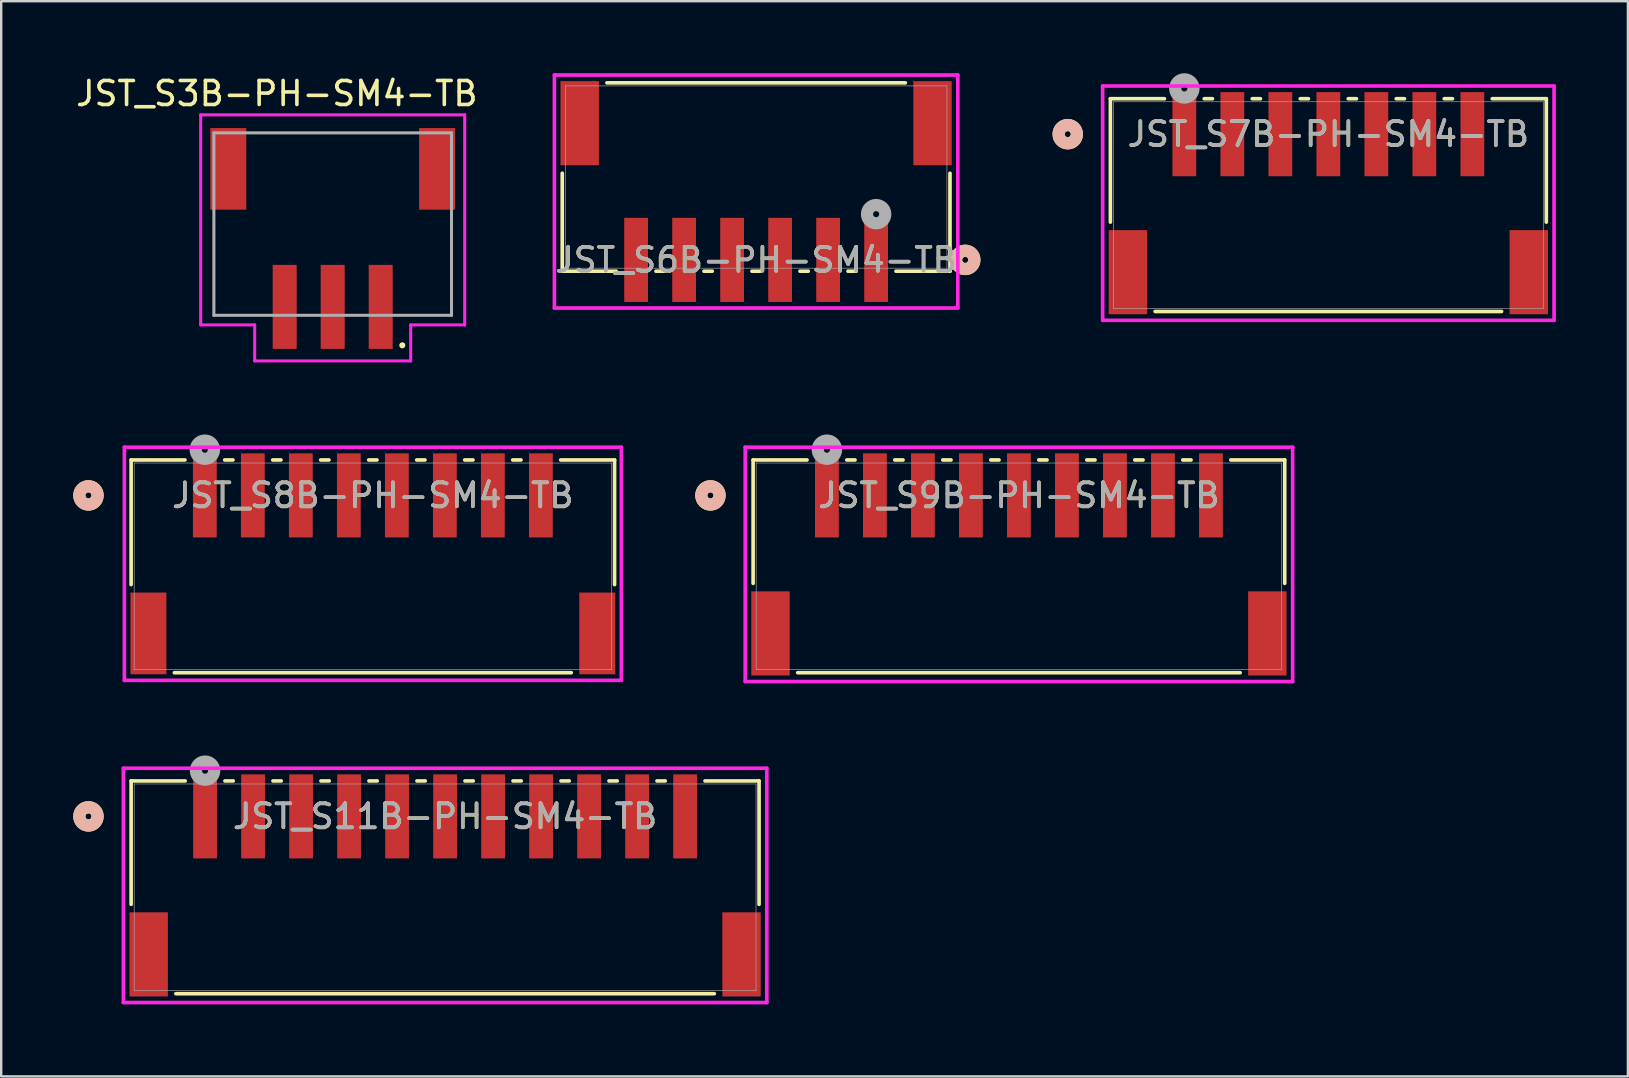
<source format=kicad_pcb>
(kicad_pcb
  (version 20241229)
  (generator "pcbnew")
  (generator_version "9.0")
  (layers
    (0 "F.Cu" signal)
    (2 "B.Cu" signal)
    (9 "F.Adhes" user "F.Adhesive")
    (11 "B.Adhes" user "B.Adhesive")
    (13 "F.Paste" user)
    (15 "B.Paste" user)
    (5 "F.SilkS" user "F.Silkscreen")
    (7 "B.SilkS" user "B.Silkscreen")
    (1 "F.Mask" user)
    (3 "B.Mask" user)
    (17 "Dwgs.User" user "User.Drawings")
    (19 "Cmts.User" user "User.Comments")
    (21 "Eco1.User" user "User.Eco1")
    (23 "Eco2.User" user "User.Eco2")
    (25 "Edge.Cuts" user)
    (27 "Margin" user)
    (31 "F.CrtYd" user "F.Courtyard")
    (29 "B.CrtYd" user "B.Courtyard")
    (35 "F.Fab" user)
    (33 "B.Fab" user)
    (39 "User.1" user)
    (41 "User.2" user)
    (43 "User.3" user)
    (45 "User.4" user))
  (footprint "JST_S6B-PH-SM4-TB"
    (layer "F.Cu")
    (at 28.452 4.325)
    (property "Reference" "JST_S6B-PH-SM4-TB" (at 0 3.453 0) (unlocked yes) (layer "F.SilkS") (effects (font (size 1 1) (thickness 0.15))))
    (attr smd)
    (fp_line (start -8.077 -0.157) (end -8.077 3.924) (stroke (width 0.152) (type solid)) (layer "F.SilkS"))
    (fp_line (start -8.077 3.924) (end -5.828 3.924) (stroke (width 0.152) (type solid)) (layer "F.SilkS"))
    (fp_line (start -4.172 3.924) (end -3.828 3.924) (stroke (width 0.152) (type solid)) (layer "F.SilkS"))
    (fp_line (start -2.172 3.924) (end -1.828 3.924) (stroke (width 0.152) (type solid)) (layer "F.SilkS"))
    (fp_line (start -0.172 3.924) (end 0.172 3.924) (stroke (width 0.152) (type solid)) (layer "F.SilkS"))
    (fp_line (start 1.828 3.924) (end 2.172 3.924) (stroke (width 0.152) (type solid)) (layer "F.SilkS"))
    (fp_line (start 3.828 3.924) (end 4.172 3.924) (stroke (width 0.152) (type solid)) (layer "F.SilkS"))
    (fp_line (start 5.828 3.924) (end 8.077 3.924) (stroke (width 0.152) (type solid)) (layer "F.SilkS"))
    (fp_line (start 6.217 -3.924) (end -6.217 -3.924) (stroke (width 0.152) (type solid)) (layer "F.SilkS"))
    (fp_line (start 8.077 3.924) (end 8.077 -0.157) (stroke (width 0.152) (type solid)) (layer "F.SilkS"))
    (fp_circle (center 8.712 3.453) (end 9.093 3.453) (stroke (width 0.508) (type solid)) (fill no) (layer "F.SilkS"))
    (fp_circle (center 8.712 3.453) (end 9.093 3.453) (stroke (width 0.508) (type solid)) (fill no) (layer "B.SilkS"))
    (fp_line (start -8.404 -4.249) (end -8.404 5.459) (stroke (width 0.152) (type solid)) (layer "F.CrtYd"))
    (fp_line (start -8.404 5.459) (end 8.404 5.459) (stroke (width 0.152) (type solid)) (layer "F.CrtYd"))
    (fp_line (start 8.404 -4.249) (end -8.404 -4.249) (stroke (width 0.152) (type solid)) (layer "F.CrtYd"))
    (fp_line (start 8.404 5.459) (end 8.404 -4.249) (stroke (width 0.152) (type solid)) (layer "F.CrtYd"))
    (fp_line (start -7.95 -3.797) (end -7.95 3.797) (stroke (width 0.025) (type solid)) (layer "F.Fab"))
    (fp_line (start -7.95 3.797) (end 7.95 3.797) (stroke (width 0.025) (type solid)) (layer "F.Fab"))
    (fp_line (start 7.95 -3.797) (end -7.95 -3.797) (stroke (width 0.025) (type solid)) (layer "F.Fab"))
    (fp_line (start 7.95 3.797) (end 7.95 -3.797) (stroke (width 0.025) (type solid)) (layer "F.Fab"))
    (fp_circle (center 5 1.548) (end 5.381 1.548) (stroke (width 0.508) (type solid)) (fill no) (layer "F.Fab"))
    (fp_text user "${REFERENCE}" (at 0 3.453 0) (unlocked yes) (layer "F.Fab") (effects (font (size 1 1) (thickness 0.15))))
    (pad "1" smd rect (at 5 3.453) (size 0.991 3.505) (layers "F.Cu" "F.Mask" "F.Paste"))
    (pad "2" smd rect (at 3 3.453) (size 0.991 3.505) (layers "F.Cu" "F.Mask" "F.Paste"))
    (pad "3" smd rect (at 1 3.453) (size 0.991 3.505) (layers "F.Cu" "F.Mask" "F.Paste"))
    (pad "4" smd rect (at -1 3.453) (size 0.991 3.505) (layers "F.Cu" "F.Mask" "F.Paste"))
    (pad "5" smd rect (at -3 3.453) (size 0.991 3.505) (layers "F.Cu" "F.Mask" "F.Paste"))
    (pad "6" smd rect (at -5 3.453) (size 0.991 3.505) (layers "F.Cu" "F.Mask" "F.Paste"))
    (pad "7" smd rect (at -7.35 -2.242) (size 1.6 3.505) (layers "F.Cu" "F.Mask" "F.Paste"))
    (pad "8" smd rect (at 7.35 -2.242) (size 1.6 3.505) (layers "F.Cu" "F.Mask" "F.Paste")))
  (footprint "JST_S7B-PH-SM4-TB"
    (layer "F.Cu")
    (at 52.293 5.495)
    (property "Reference" "JST_S7B-PH-SM4-TB" (at 0 -2.955 0) (unlocked yes) (layer "F.SilkS") (effects (font (size 1 1) (thickness 0.15))))
    (attr smd)
    (fp_line (start -9.081 -4.432) (end -9.081 0.709) (stroke (width 0.152) (type solid)) (layer "F.SilkS"))
    (fp_line (start -7.217 4.432) (end 7.217 4.432) (stroke (width 0.152) (type solid)) (layer "F.SilkS"))
    (fp_line (start -6.828 -4.432) (end -9.081 -4.432) (stroke (width 0.152) (type solid)) (layer "F.SilkS"))
    (fp_line (start -4.828 -4.432) (end -5.172 -4.432) (stroke (width 0.152) (type solid)) (layer "F.SilkS"))
    (fp_line (start -2.828 -4.432) (end -3.172 -4.432) (stroke (width 0.152) (type solid)) (layer "F.SilkS"))
    (fp_line (start -0.828 -4.432) (end -1.172 -4.432) (stroke (width 0.152) (type solid)) (layer "F.SilkS"))
    (fp_line (start 1.172 -4.432) (end 0.828 -4.432) (stroke (width 0.152) (type solid)) (layer "F.SilkS"))
    (fp_line (start 3.172 -4.432) (end 2.828 -4.432) (stroke (width 0.152) (type solid)) (layer "F.SilkS"))
    (fp_line (start 5.172 -4.432) (end 4.828 -4.432) (stroke (width 0.152) (type solid)) (layer "F.SilkS"))
    (fp_line (start 9.081 -4.432) (end 6.828 -4.432) (stroke (width 0.152) (type solid)) (layer "F.SilkS"))
    (fp_line (start 9.081 0.709) (end 9.081 -4.432) (stroke (width 0.152) (type solid)) (layer "F.SilkS"))
    (fp_circle (center -10.858 -2.955) (end -10.477 -2.955) (stroke (width 0.508) (type solid)) (fill no) (layer "F.SilkS"))
    (fp_circle (center -10.858 -2.955) (end -10.477 -2.955) (stroke (width 0.508) (type solid)) (fill no) (layer "B.SilkS"))
    (fp_line (start -9.404 -4.962) (end -9.404 4.801) (stroke (width 0.152) (type solid)) (layer "F.CrtYd"))
    (fp_line (start -9.404 4.801) (end 9.404 4.801) (stroke (width 0.152) (type solid)) (layer "F.CrtYd"))
    (fp_line (start 9.404 -4.962) (end -9.404 -4.962) (stroke (width 0.152) (type solid)) (layer "F.CrtYd"))
    (fp_line (start 9.404 4.801) (end 9.404 -4.962) (stroke (width 0.152) (type solid)) (layer "F.CrtYd"))
    (fp_line (start -8.954 -4.305) (end -8.954 4.305) (stroke (width 0.025) (type solid)) (layer "F.Fab"))
    (fp_line (start -8.954 4.305) (end 8.954 4.305) (stroke (width 0.025) (type solid)) (layer "F.Fab"))
    (fp_line (start 8.954 -4.305) (end -8.954 -4.305) (stroke (width 0.025) (type solid)) (layer "F.Fab"))
    (fp_line (start 8.954 4.305) (end 8.954 -4.305) (stroke (width 0.025) (type solid)) (layer "F.Fab"))
    (fp_circle (center -6 -4.86) (end -5.619 -4.86) (stroke (width 0.508) (type solid)) (fill no) (layer "F.Fab"))
    (fp_text user "${REFERENCE}" (at 0 -2.955 0) (unlocked yes) (layer "F.Fab") (effects (font (size 1 1) (thickness 0.15))))
    (pad "1" smd rect (at -6 -2.955) (size 0.991 3.505) (layers "F.Cu" "F.Mask" "F.Paste"))
    (pad "2" smd rect (at -4 -2.955) (size 0.991 3.505) (layers "F.Cu" "F.Mask" "F.Paste"))
    (pad "3" smd rect (at -2 -2.955) (size 0.991 3.505) (layers "F.Cu" "F.Mask" "F.Paste"))
    (pad "4" smd rect (at 0 -2.955) (size 0.991 3.505) (layers "F.Cu" "F.Mask" "F.Paste"))
    (pad "5" smd rect (at 2 -2.955) (size 0.991 3.505) (layers "F.Cu" "F.Mask" "F.Paste"))
    (pad "6" smd rect (at 4 -2.955) (size 0.991 3.505) (layers "F.Cu" "F.Mask" "F.Paste"))
    (pad "7" smd rect (at 6 -2.955) (size 0.991 3.505) (layers "F.Cu" "F.Mask" "F.Paste"))
    (pad "8" smd rect (at -8.35 2.795) (size 1.6 3.505) (layers "F.Cu" "F.Mask" "F.Paste"))
    (pad "9" smd rect (at 8.35 2.795) (size 1.6 3.505) (layers "F.Cu" "F.Mask" "F.Paste")))
  (footprint "JST_S3B-PH-SM4-TB"
    (layer "F.Cu")
    (at 10.811 9.736)
    (property "Reference" "JST_S3B-PH-SM4-TB" (at -2.326 -8.888 0) (layer "F.SilkS") (effects (font (size 1 1) (thickness 0.15))))
    (attr smd)
    (fp_circle (center 2.9 1.6) (end 3.027 1.6) (stroke (width 0) (type solid)) (fill yes) (layer "F.SilkS"))
    (fp_line (start -5.5 -8) (end 5.5 -8) (stroke (width 0.127) (type solid)) (layer "F.CrtYd"))
    (fp_line (start -5.5 0.75) (end -5.5 -8) (stroke (width 0.127) (type solid)) (layer "F.CrtYd"))
    (fp_line (start -3.25 0.75) (end -5.5 0.75) (stroke (width 0.127) (type solid)) (layer "F.CrtYd"))
    (fp_line (start -3.25 2.25) (end -3.25 0.75) (stroke (width 0.127) (type solid)) (layer "F.CrtYd"))
    (fp_line (start 3.25 0.75) (end 3.25 2.25) (stroke (width 0.127) (type solid)) (layer "F.CrtYd"))
    (fp_line (start 3.25 2.25) (end -3.25 2.25) (stroke (width 0.127) (type solid)) (layer "F.CrtYd"))
    (fp_line (start 5.5 -8) (end 5.5 0.75) (stroke (width 0.127) (type solid)) (layer "F.CrtYd"))
    (fp_line (start 5.5 0.75) (end 3.25 0.75) (stroke (width 0.127) (type solid)) (layer "F.CrtYd"))
    (fp_line (start -4.95 -7.25) (end -4.95 0.35) (stroke (width 0.127) (type solid)) (layer "F.Fab"))
    (fp_line (start -4.95 0.35) (end 4.95 0.35) (stroke (width 0.127) (type solid)) (layer "F.Fab"))
    (fp_line (start 4.95 -7.25) (end -4.95 -7.25) (stroke (width 0.127) (type solid)) (layer "F.Fab"))
    (fp_line (start 4.95 0.35) (end 4.95 -7.25) (stroke (width 0.127) (type solid)) (layer "F.Fab"))
    (pad "1" smd rect (at 2 0) (size 1 3.5) (layers "F.Cu" "F.Mask" "F.Paste"))
    (pad "2" smd rect (at 0 0) (size 1 3.5) (layers "F.Cu" "F.Mask" "F.Paste"))
    (pad "3" smd rect (at -2 0) (size 1 3.5) (layers "F.Cu" "F.Mask" "F.Paste"))
    (pad "P1" smd rect (at 4.35 -5.75) (size 1.5 3.4) (layers "F.Cu" "F.Mask" "F.Paste"))
    (pad "P2" smd rect (at -4.35 -5.75) (size 1.5 3.4) (layers "F.Cu" "F.Mask" "F.Paste")))
  (footprint "JST_S9B-PH-SM4-TB"
    (layer "F.Cu")
    (at 39.401 20.545)
    (property "Reference" "JST_S9B-PH-SM4-TB" (at 0 -2.955 0) (unlocked yes) (layer "F.SilkS") (effects (font (size 1 1) (thickness 0.15))))
    (attr smd)
    (fp_line (start -11.074 -4.432) (end -11.074 0.709) (stroke (width 0.152) (type solid)) (layer "F.SilkS"))
    (fp_line (start -9.217 4.432) (end 9.217 4.432) (stroke (width 0.152) (type solid)) (layer "F.SilkS"))
    (fp_line (start -8.828 -4.432) (end -11.074 -4.432) (stroke (width 0.152) (type solid)) (layer "F.SilkS"))
    (fp_line (start -6.828 -4.432) (end -7.172 -4.432) (stroke (width 0.152) (type solid)) (layer "F.SilkS"))
    (fp_line (start -4.828 -4.432) (end -5.172 -4.432) (stroke (width 0.152) (type solid)) (layer "F.SilkS"))
    (fp_line (start -2.828 -4.432) (end -3.172 -4.432) (stroke (width 0.152) (type solid)) (layer "F.SilkS"))
    (fp_line (start -0.828 -4.432) (end -1.172 -4.432) (stroke (width 0.152) (type solid)) (layer "F.SilkS"))
    (fp_line (start 1.172 -4.432) (end 0.828 -4.432) (stroke (width 0.152) (type solid)) (layer "F.SilkS"))
    (fp_line (start 3.172 -4.432) (end 2.828 -4.432) (stroke (width 0.152) (type solid)) (layer "F.SilkS"))
    (fp_line (start 5.172 -4.432) (end 4.828 -4.432) (stroke (width 0.152) (type solid)) (layer "F.SilkS"))
    (fp_line (start 7.172 -4.432) (end 6.828 -4.432) (stroke (width 0.152) (type solid)) (layer "F.SilkS"))
    (fp_line (start 11.074 -4.432) (end 8.828 -4.432) (stroke (width 0.152) (type solid)) (layer "F.SilkS"))
    (fp_line (start 11.074 0.709) (end 11.074 -4.432) (stroke (width 0.152) (type solid)) (layer "F.SilkS"))
    (fp_circle (center -12.852 -2.955) (end -12.471 -2.955) (stroke (width 0.508) (type solid)) (fill no) (layer "F.SilkS"))
    (fp_circle (center -12.852 -2.955) (end -12.471 -2.955) (stroke (width 0.508) (type solid)) (fill no) (layer "B.SilkS"))
    (fp_line (start -11.404 -4.962) (end -11.404 4.801) (stroke (width 0.152) (type solid)) (layer "F.CrtYd"))
    (fp_line (start -11.404 4.801) (end 11.404 4.801) (stroke (width 0.152) (type solid)) (layer "F.CrtYd"))
    (fp_line (start 11.404 -4.962) (end -11.404 -4.962) (stroke (width 0.152) (type solid)) (layer "F.CrtYd"))
    (fp_line (start 11.404 4.801) (end 11.404 -4.962) (stroke (width 0.152) (type solid)) (layer "F.CrtYd"))
    (fp_line (start -10.947 -4.305) (end -10.947 4.305) (stroke (width 0.025) (type solid)) (layer "F.Fab"))
    (fp_line (start -10.947 4.305) (end 10.947 4.305) (stroke (width 0.025) (type solid)) (layer "F.Fab"))
    (fp_line (start 10.947 -4.305) (end -10.947 -4.305) (stroke (width 0.025) (type solid)) (layer "F.Fab"))
    (fp_line (start 10.947 4.305) (end 10.947 -4.305) (stroke (width 0.025) (type solid)) (layer "F.Fab"))
    (fp_circle (center -8 -4.86) (end -7.619 -4.86) (stroke (width 0.508) (type solid)) (fill no) (layer "F.Fab"))
    (fp_text user "${REFERENCE}" (at 0 -2.955 0) (unlocked yes) (layer "F.Fab") (effects (font (size 1 1) (thickness 0.15))))
    (pad "1" smd rect (at -8 -2.955) (size 0.991 3.505) (layers "F.Cu" "F.Mask" "F.Paste"))
    (pad "2" smd rect (at -6 -2.955) (size 0.991 3.505) (layers "F.Cu" "F.Mask" "F.Paste"))
    (pad "3" smd rect (at -4 -2.955) (size 0.991 3.505) (layers "F.Cu" "F.Mask" "F.Paste"))
    (pad "4" smd rect (at -2 -2.955) (size 0.991 3.505) (layers "F.Cu" "F.Mask" "F.Paste"))
    (pad "5" smd rect (at 0 -2.955) (size 0.991 3.505) (layers "F.Cu" "F.Mask" "F.Paste"))
    (pad "6" smd rect (at 2 -2.955) (size 0.991 3.505) (layers "F.Cu" "F.Mask" "F.Paste"))
    (pad "7" smd rect (at 4 -2.955) (size 0.991 3.505) (layers "F.Cu" "F.Mask" "F.Paste"))
    (pad "8" smd rect (at 6 -2.955) (size 0.991 3.505) (layers "F.Cu" "F.Mask" "F.Paste"))
    (pad "9" smd rect (at 8 -2.955) (size 0.991 3.505) (layers "F.Cu" "F.Mask" "F.Paste"))
    (pad "10" smd rect (at -10.35 2.795) (size 1.6 3.505) (layers "F.Cu" "F.Mask" "F.Paste"))
    (pad "11" smd rect (at 10.35 2.795) (size 1.6 3.505) (layers "F.Cu" "F.Mask" "F.Paste")))
  (footprint "JST_S11B-PH-SM4-TB"
    (layer "F.Cu")
    (at 15.494 33.918)
    (property "Reference" "JST_S11B-PH-SM4-TB" (at 0 -2.955 0) (unlocked yes) (layer "F.SilkS") (effects (font (size 1 1) (thickness 0.15))))
    (attr smd)
    (fp_line (start -13.081 -4.432) (end -13.081 0.709) (stroke (width 0.152) (type solid)) (layer "F.SilkS"))
    (fp_line (start -11.217 4.432) (end 11.217 4.432) (stroke (width 0.152) (type solid)) (layer "F.SilkS"))
    (fp_line (start -10.828 -4.432) (end -13.081 -4.432) (stroke (width 0.152) (type solid)) (layer "F.SilkS"))
    (fp_line (start -8.828 -4.432) (end -9.172 -4.432) (stroke (width 0.152) (type solid)) (layer "F.SilkS"))
    (fp_line (start -6.828 -4.432) (end -7.172 -4.432) (stroke (width 0.152) (type solid)) (layer "F.SilkS"))
    (fp_line (start -4.828 -4.432) (end -5.172 -4.432) (stroke (width 0.152) (type solid)) (layer "F.SilkS"))
    (fp_line (start -2.828 -4.432) (end -3.172 -4.432) (stroke (width 0.152) (type solid)) (layer "F.SilkS"))
    (fp_line (start -0.828 -4.432) (end -1.172 -4.432) (stroke (width 0.152) (type solid)) (layer "F.SilkS"))
    (fp_line (start 1.172 -4.432) (end 0.828 -4.432) (stroke (width 0.152) (type solid)) (layer "F.SilkS"))
    (fp_line (start 3.172 -4.432) (end 2.828 -4.432) (stroke (width 0.152) (type solid)) (layer "F.SilkS"))
    (fp_line (start 5.172 -4.432) (end 4.828 -4.432) (stroke (width 0.152) (type solid)) (layer "F.SilkS"))
    (fp_line (start 7.172 -4.432) (end 6.828 -4.432) (stroke (width 0.152) (type solid)) (layer "F.SilkS"))
    (fp_line (start 9.172 -4.432) (end 8.828 -4.432) (stroke (width 0.152) (type solid)) (layer "F.SilkS"))
    (fp_line (start 13.081 -4.432) (end 10.828 -4.432) (stroke (width 0.152) (type solid)) (layer "F.SilkS"))
    (fp_line (start 13.081 0.709) (end 13.081 -4.432) (stroke (width 0.152) (type solid)) (layer "F.SilkS"))
    (fp_circle (center -14.859 -2.955) (end -14.478 -2.955) (stroke (width 0.508) (type solid)) (fill no) (layer "F.SilkS"))
    (fp_circle (center -14.859 -2.955) (end -14.478 -2.955) (stroke (width 0.508) (type solid)) (fill no) (layer "B.SilkS"))
    (fp_line (start -13.404 -4.962) (end -13.404 4.801) (stroke (width 0.152) (type solid)) (layer "F.CrtYd"))
    (fp_line (start -13.404 4.801) (end 13.404 4.801) (stroke (width 0.152) (type solid)) (layer "F.CrtYd"))
    (fp_line (start 13.404 -4.962) (end -13.404 -4.962) (stroke (width 0.152) (type solid)) (layer "F.CrtYd"))
    (fp_line (start 13.404 4.801) (end 13.404 -4.962) (stroke (width 0.152) (type solid)) (layer "F.CrtYd"))
    (fp_line (start -12.954 -4.305) (end -12.954 4.305) (stroke (width 0.025) (type solid)) (layer "F.Fab"))
    (fp_line (start -12.954 4.305) (end 12.954 4.305) (stroke (width 0.025) (type solid)) (layer "F.Fab"))
    (fp_line (start 12.954 -4.305) (end -12.954 -4.305) (stroke (width 0.025) (type solid)) (layer "F.Fab"))
    (fp_line (start 12.954 4.305) (end 12.954 -4.305) (stroke (width 0.025) (type solid)) (layer "F.Fab"))
    (fp_circle (center -10 -4.86) (end -9.619 -4.86) (stroke (width 0.508) (type solid)) (fill no) (layer "F.Fab"))
    (fp_text user "${REFERENCE}" (at 0 -2.955 0) (unlocked yes) (layer "F.Fab") (effects (font (size 1 1) (thickness 0.15))))
    (pad "1" smd rect (at -10 -2.955) (size 0.991 3.505) (layers "F.Cu" "F.Mask" "F.Paste"))
    (pad "2" smd rect (at -8 -2.955) (size 0.991 3.505) (layers "F.Cu" "F.Mask" "F.Paste"))
    (pad "3" smd rect (at -6 -2.955) (size 0.991 3.505) (layers "F.Cu" "F.Mask" "F.Paste"))
    (pad "4" smd rect (at -4 -2.955) (size 0.991 3.505) (layers "F.Cu" "F.Mask" "F.Paste"))
    (pad "5" smd rect (at -2 -2.955) (size 0.991 3.505) (layers "F.Cu" "F.Mask" "F.Paste"))
    (pad "6" smd rect (at 0 -2.955) (size 0.991 3.505) (layers "F.Cu" "F.Mask" "F.Paste"))
    (pad "7" smd rect (at 2 -2.955) (size 0.991 3.505) (layers "F.Cu" "F.Mask" "F.Paste"))
    (pad "8" smd rect (at 4 -2.955) (size 0.991 3.505) (layers "F.Cu" "F.Mask" "F.Paste"))
    (pad "9" smd rect (at 6 -2.955) (size 0.991 3.505) (layers "F.Cu" "F.Mask" "F.Paste"))
    (pad "10" smd rect (at 8 -2.955) (size 0.991 3.505) (layers "F.Cu" "F.Mask" "F.Paste"))
    (pad "11" smd rect (at 10 -2.955) (size 0.991 3.505) (layers "F.Cu" "F.Mask" "F.Paste"))
    (pad "12" smd rect (at -12.35 2.795) (size 1.6 3.505) (layers "F.Cu" "F.Mask" "F.Paste"))
    (pad "13" smd rect (at 12.35 2.795) (size 1.6 3.505) (layers "F.Cu" "F.Mask" "F.Paste")))
  (footprint "JST_S8B-PH-SM4-TB"
    (layer "F.Cu")
    (at 12.484 20.545)
    (property "Reference" "JST_S8B-PH-SM4-TB" (at 0 -2.955 0) (unlocked yes) (layer "F.SilkS") (effects (font (size 1 1) (thickness 0.15))))
    (attr smd)
    (fp_line (start -10.071 -4.432) (end -10.071 0.76) (stroke (width 0.152) (type solid)) (layer "F.SilkS"))
    (fp_line (start -8.268 4.432) (end 8.268 4.432) (stroke (width 0.152) (type solid)) (layer "F.SilkS"))
    (fp_line (start -7.828 -4.432) (end -10.071 -4.432) (stroke (width 0.152) (type solid)) (layer "F.SilkS"))
    (fp_line (start -5.828 -4.432) (end -6.172 -4.432) (stroke (width 0.152) (type solid)) (layer "F.SilkS"))
    (fp_line (start -3.828 -4.432) (end -4.172 -4.432) (stroke (width 0.152) (type solid)) (layer "F.SilkS"))
    (fp_line (start -1.828 -4.432) (end -2.172 -4.432) (stroke (width 0.152) (type solid)) (layer "F.SilkS"))
    (fp_line (start 0.172 -4.432) (end -0.172 -4.432) (stroke (width 0.152) (type solid)) (layer "F.SilkS"))
    (fp_line (start 2.172 -4.432) (end 1.828 -4.432) (stroke (width 0.152) (type solid)) (layer "F.SilkS"))
    (fp_line (start 4.172 -4.432) (end 3.828 -4.432) (stroke (width 0.152) (type solid)) (layer "F.SilkS"))
    (fp_line (start 6.172 -4.432) (end 5.828 -4.432) (stroke (width 0.152) (type solid)) (layer "F.SilkS"))
    (fp_line (start 10.071 -4.432) (end 7.828 -4.432) (stroke (width 0.152) (type solid)) (layer "F.SilkS"))
    (fp_line (start 10.071 0.76) (end 10.071 -4.432) (stroke (width 0.152) (type solid)) (layer "F.SilkS"))
    (fp_circle (center -11.849 -2.955) (end -11.468 -2.955) (stroke (width 0.508) (type solid)) (fill no) (layer "F.SilkS"))
    (fp_circle (center -11.849 -2.955) (end -11.468 -2.955) (stroke (width 0.508) (type solid)) (fill no) (layer "B.SilkS"))
    (fp_line (start -10.353 -4.962) (end -10.353 4.751) (stroke (width 0.152) (type solid)) (layer "F.CrtYd"))
    (fp_line (start -10.353 4.751) (end 10.353 4.751) (stroke (width 0.152) (type solid)) (layer "F.CrtYd"))
    (fp_line (start 10.353 -4.962) (end -10.353 -4.962) (stroke (width 0.152) (type solid)) (layer "F.CrtYd"))
    (fp_line (start 10.353 4.751) (end 10.353 -4.962) (stroke (width 0.152) (type solid)) (layer "F.CrtYd"))
    (fp_line (start -9.944 -4.305) (end -9.944 4.305) (stroke (width 0.025) (type solid)) (layer "F.Fab"))
    (fp_line (start -9.944 4.305) (end 9.944 4.305) (stroke (width 0.025) (type solid)) (layer "F.Fab"))
    (fp_line (start 9.944 -4.305) (end -9.944 -4.305) (stroke (width 0.025) (type solid)) (layer "F.Fab"))
    (fp_line (start 9.944 4.305) (end 9.944 -4.305) (stroke (width 0.025) (type solid)) (layer "F.Fab"))
    (fp_circle (center -7 -4.86) (end -6.619 -4.86) (stroke (width 0.508) (type solid)) (fill no) (layer "F.Fab"))
    (fp_text user "${REFERENCE}" (at 0 -2.955 0) (unlocked yes) (layer "F.Fab") (effects (font (size 1 1) (thickness 0.15))))
    (pad "1" smd rect (at -7 -2.955) (size 0.991 3.505) (layers "F.Cu" "F.Mask" "F.Paste"))
    (pad "2" smd rect (at -5 -2.955) (size 0.991 3.505) (layers "F.Cu" "F.Mask" "F.Paste"))
    (pad "3" smd rect (at -3 -2.955) (size 0.991 3.505) (layers "F.Cu" "F.Mask" "F.Paste"))
    (pad "4" smd rect (at -1 -2.955) (size 0.991 3.505) (layers "F.Cu" "F.Mask" "F.Paste"))
    (pad "5" smd rect (at 1 -2.955) (size 0.991 3.505) (layers "F.Cu" "F.Mask" "F.Paste"))
    (pad "6" smd rect (at 3 -2.955) (size 0.991 3.505) (layers "F.Cu" "F.Mask" "F.Paste"))
    (pad "7" smd rect (at 5 -2.955) (size 0.991 3.505) (layers "F.Cu" "F.Mask" "F.Paste"))
    (pad "8" smd rect (at 7 -2.955) (size 0.991 3.505) (layers "F.Cu" "F.Mask" "F.Paste"))
    (pad "9" smd rect (at -9.35 2.795) (size 1.499 3.404) (layers "F.Cu" "F.Mask" "F.Paste"))
    (pad "10" smd rect (at 9.35 2.795) (size 1.499 3.404) (layers "F.Cu" "F.Mask" "F.Paste")))
  (gr_rect
    (start -3 -3)
    (end 64.773 41.796)
    (stroke (width 0.1) (type default))
    (fill no)
    (layer "Edge.Cuts")))
</source>
